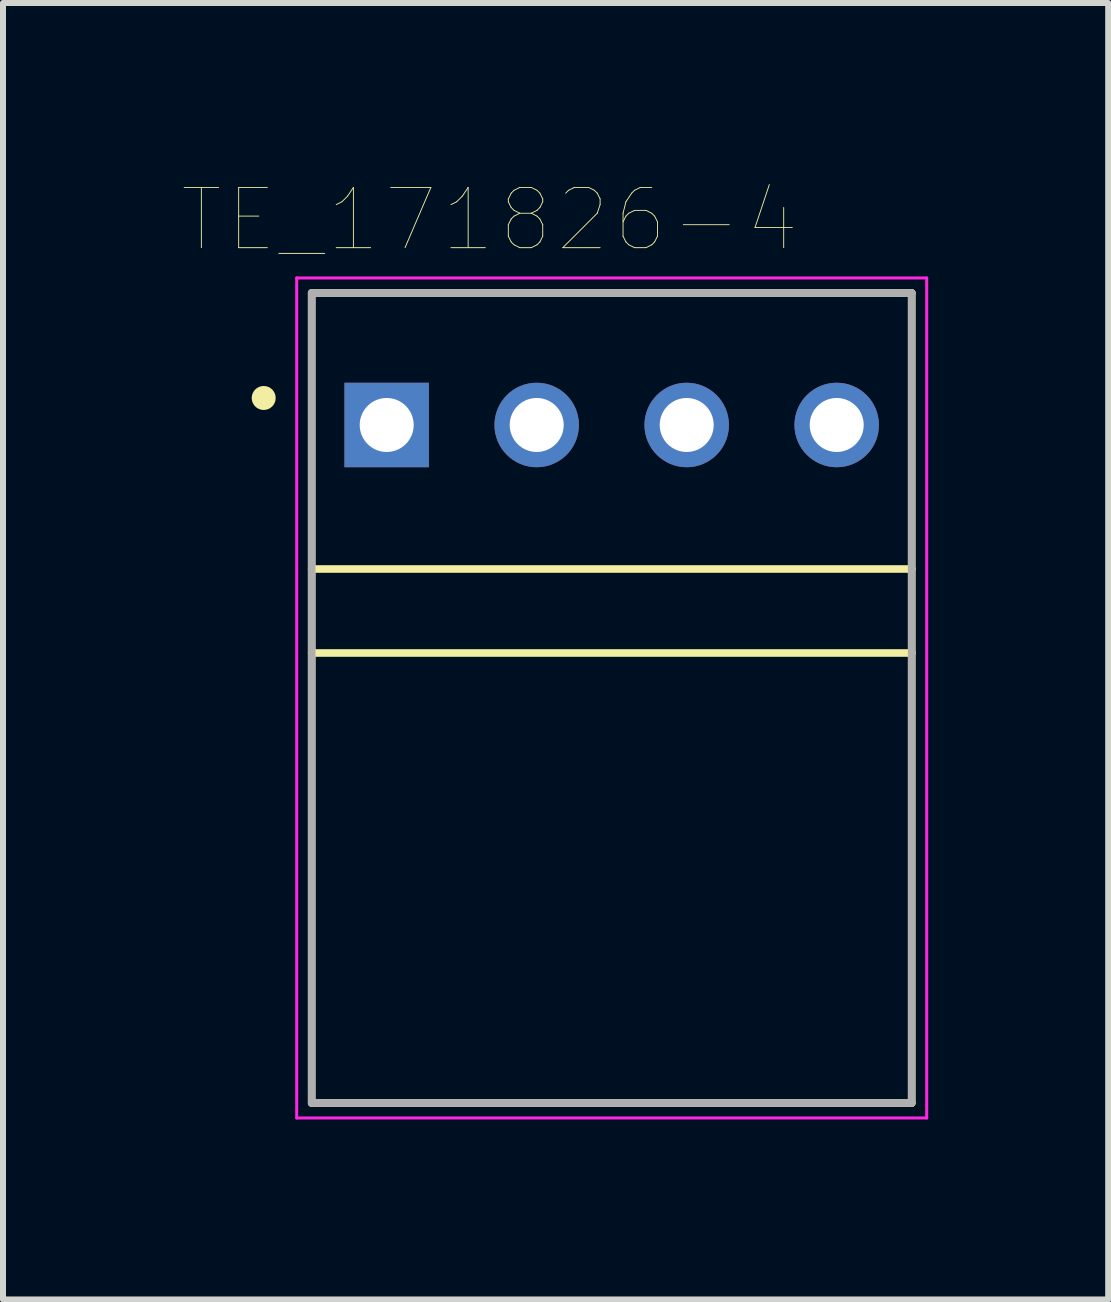
<source format=kicad_pcb>
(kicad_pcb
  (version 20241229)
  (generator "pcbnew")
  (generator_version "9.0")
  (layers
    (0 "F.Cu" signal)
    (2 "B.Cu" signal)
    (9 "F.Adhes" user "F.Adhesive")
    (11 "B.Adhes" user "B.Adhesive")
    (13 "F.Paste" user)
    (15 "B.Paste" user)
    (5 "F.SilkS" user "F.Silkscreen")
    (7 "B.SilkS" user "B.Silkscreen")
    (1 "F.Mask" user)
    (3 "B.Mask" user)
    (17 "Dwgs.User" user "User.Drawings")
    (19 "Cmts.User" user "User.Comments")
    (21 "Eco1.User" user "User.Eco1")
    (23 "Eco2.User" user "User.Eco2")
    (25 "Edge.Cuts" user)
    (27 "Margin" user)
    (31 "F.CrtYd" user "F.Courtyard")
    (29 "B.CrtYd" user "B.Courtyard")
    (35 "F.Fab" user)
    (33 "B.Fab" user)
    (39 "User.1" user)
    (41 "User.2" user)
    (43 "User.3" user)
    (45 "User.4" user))
  (footprint "TE_171826-4"
    (layer "F.Cu")
    (at 7.145 8.583)
    (property "Reference" "TE_171826-4" (at -2.034 -7.969 0) (layer "F.SilkS") (effects (font (size 1.004 1.004) (thickness 0.015))))
    (attr through_hole)
    (fp_line (start -5 -6.75) (end 5 -6.75) (stroke (width 0.127) (type solid)) (layer "F.SilkS"))
    (fp_line (start -5 -2.15) (end -5 -6.75) (stroke (width 0.127) (type solid)) (layer "F.SilkS"))
    (fp_line (start -5 -2.15) (end 5 -2.15) (stroke (width 0.127) (type solid)) (layer "F.SilkS"))
    (fp_line (start -5 -0.75) (end -5 -2.15) (stroke (width 0.127) (type solid)) (layer "F.SilkS"))
    (fp_line (start -5 -0.75) (end 5 -0.75) (stroke (width 0.127) (type solid)) (layer "F.SilkS"))
    (fp_line (start -5 6.75) (end -5 -0.75) (stroke (width 0.127) (type solid)) (layer "F.SilkS"))
    (fp_line (start 5 -6.75) (end 5 -2.15) (stroke (width 0.127) (type solid)) (layer "F.SilkS"))
    (fp_line (start 5 -2.15) (end 5 -0.75) (stroke (width 0.127) (type solid)) (layer "F.SilkS"))
    (fp_line (start 5 -0.75) (end 5 6.75) (stroke (width 0.127) (type solid)) (layer "F.SilkS"))
    (fp_line (start 5 6.75) (end -5 6.75) (stroke (width 0.127) (type solid)) (layer "F.SilkS"))
    (fp_circle (center -5.8 -5) (end -5.7 -5) (stroke (width 0.2) (type solid)) (fill no) (layer "F.SilkS"))
    (fp_line (start -5.25 -7) (end 5.25 -7) (stroke (width 0.05) (type solid)) (layer "F.CrtYd"))
    (fp_line (start -5.25 7) (end -5.25 -7) (stroke (width 0.05) (type solid)) (layer "F.CrtYd"))
    (fp_line (start 5.25 -7) (end 5.25 7) (stroke (width 0.05) (type solid)) (layer "F.CrtYd"))
    (fp_line (start 5.25 7) (end -5.25 7) (stroke (width 0.05) (type solid)) (layer "F.CrtYd"))
    (fp_line (start -5 -6.75) (end 5 -6.75) (stroke (width 0.127) (type solid)) (layer "F.Fab"))
    (fp_line (start -5 6.75) (end -5 -6.75) (stroke (width 0.127) (type solid)) (layer "F.Fab"))
    (fp_line (start 5 6.75) (end -5 6.75) (stroke (width 0.127) (type solid)) (layer "F.Fab"))
    (fp_line (start 5 6.75) (end 5 -6.75) (stroke (width 0.127) (type solid)) (layer "F.Fab"))
    (pad "1" thru_hole rect (at -3.75 -4.55) (size 1.408 1.408) (drill 0.9) (layers "*.Cu" "*.Mask"))
    (pad "2" thru_hole circle (at -1.25 -4.55) (size 1.408 1.408) (drill 0.9) (layers "*.Cu" "*.Mask"))
    (pad "3" thru_hole circle (at 1.25 -4.55) (size 1.408 1.408) (drill 0.9) (layers "*.Cu" "*.Mask"))
    (pad "4" thru_hole circle (at 3.75 -4.55) (size 1.408 1.408) (drill 0.9) (layers "*.Cu" "*.Mask")))
  (gr_rect
    (start -3 -3)
    (end 15.42 18.608)
    (stroke (width 0.1) (type default))
    (fill no)
    (layer "Edge.Cuts")))
</source>
